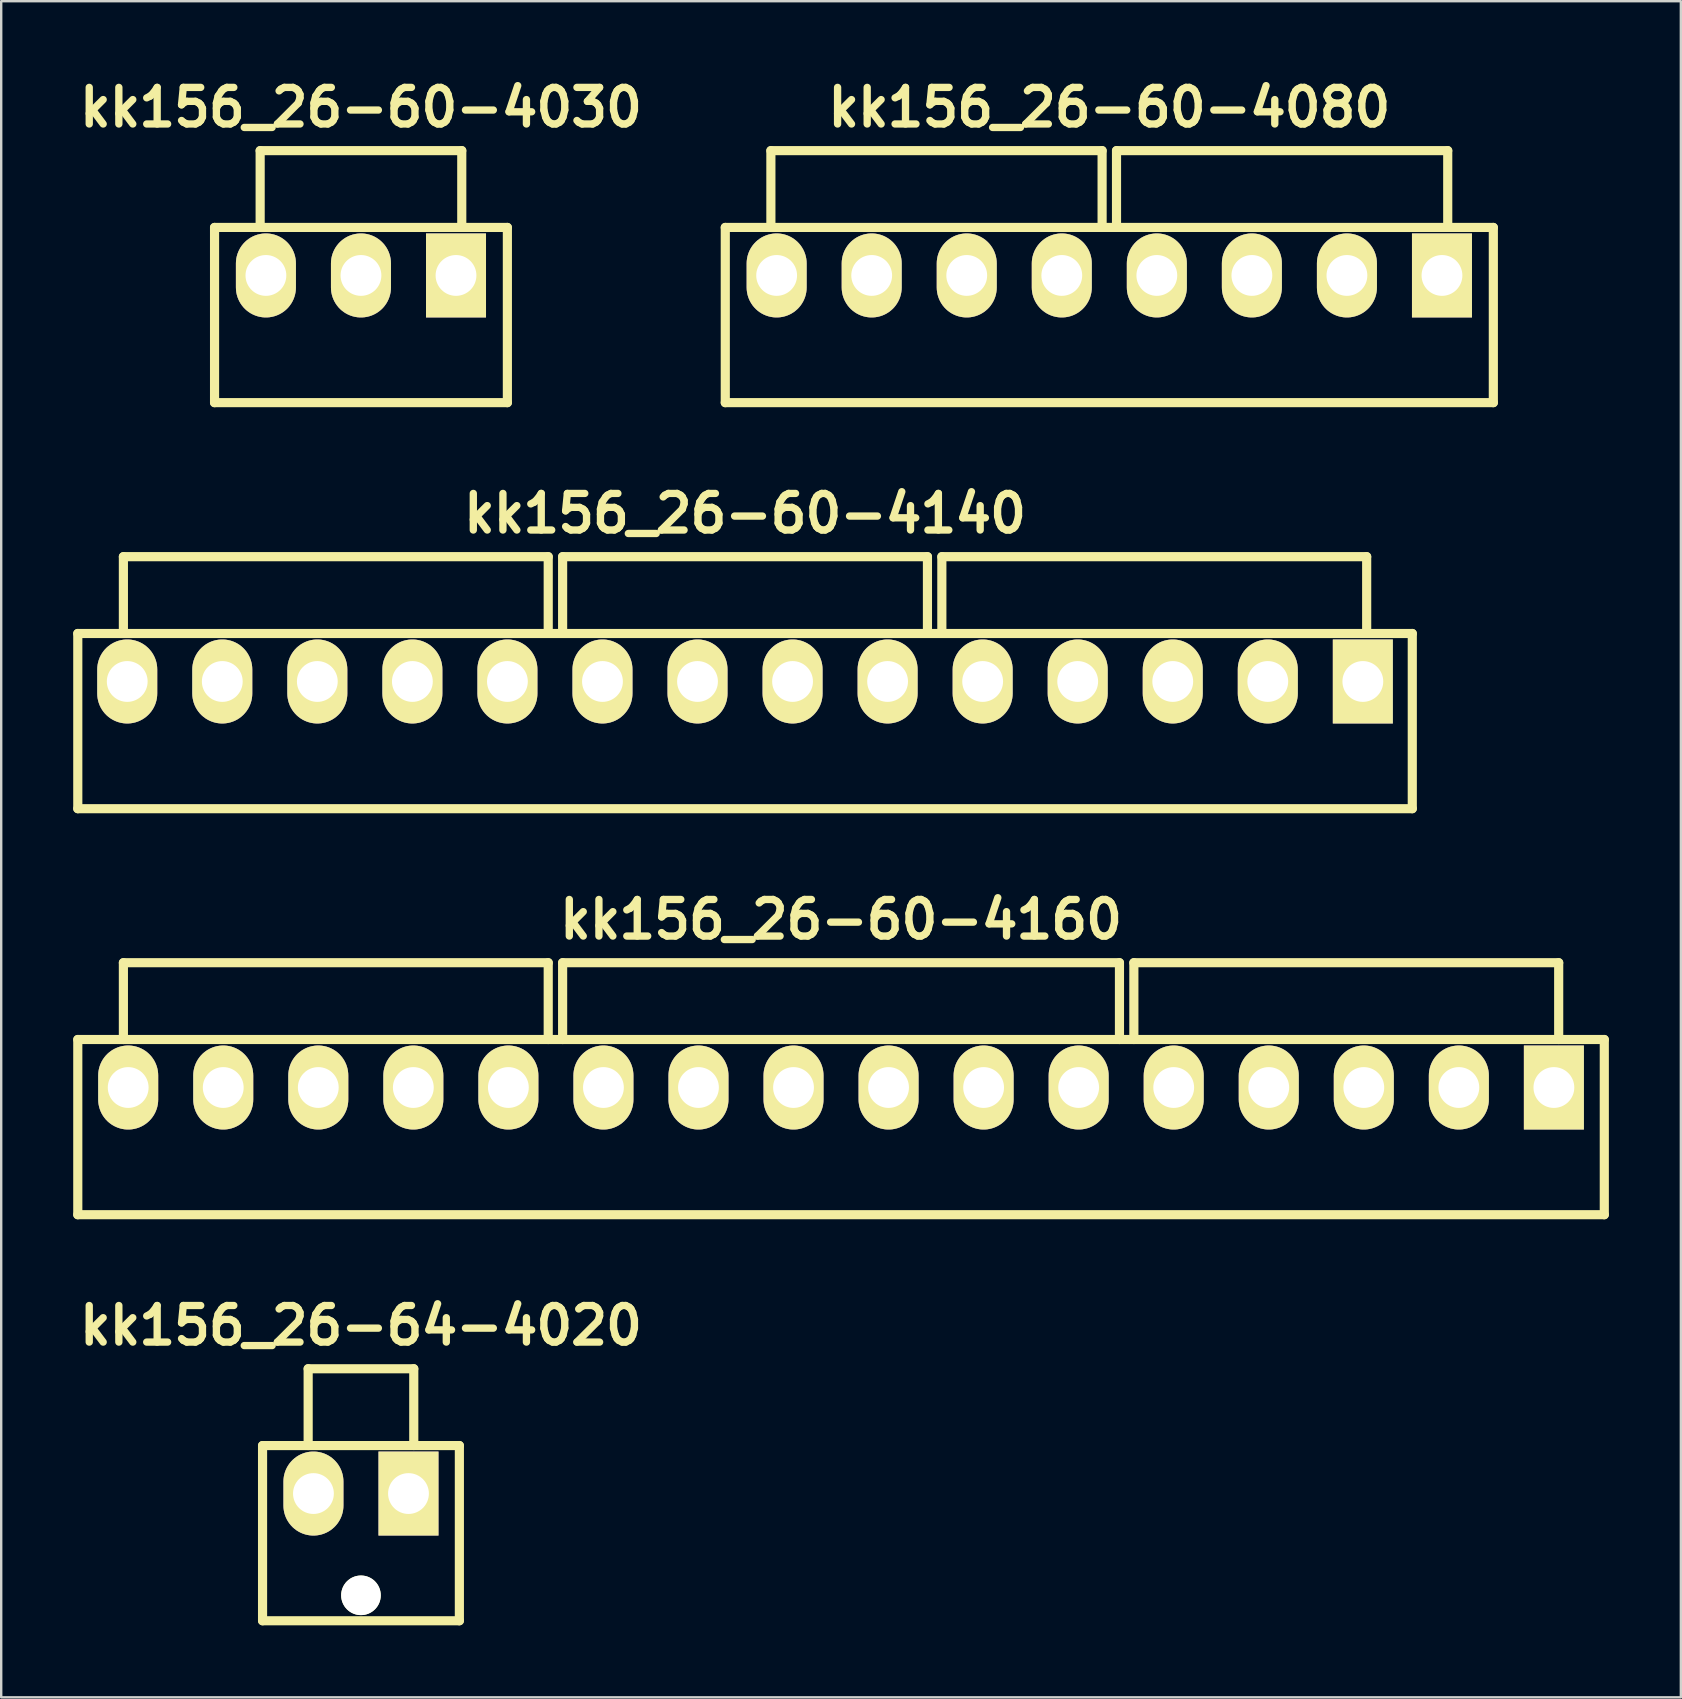
<source format=kicad_pcb>
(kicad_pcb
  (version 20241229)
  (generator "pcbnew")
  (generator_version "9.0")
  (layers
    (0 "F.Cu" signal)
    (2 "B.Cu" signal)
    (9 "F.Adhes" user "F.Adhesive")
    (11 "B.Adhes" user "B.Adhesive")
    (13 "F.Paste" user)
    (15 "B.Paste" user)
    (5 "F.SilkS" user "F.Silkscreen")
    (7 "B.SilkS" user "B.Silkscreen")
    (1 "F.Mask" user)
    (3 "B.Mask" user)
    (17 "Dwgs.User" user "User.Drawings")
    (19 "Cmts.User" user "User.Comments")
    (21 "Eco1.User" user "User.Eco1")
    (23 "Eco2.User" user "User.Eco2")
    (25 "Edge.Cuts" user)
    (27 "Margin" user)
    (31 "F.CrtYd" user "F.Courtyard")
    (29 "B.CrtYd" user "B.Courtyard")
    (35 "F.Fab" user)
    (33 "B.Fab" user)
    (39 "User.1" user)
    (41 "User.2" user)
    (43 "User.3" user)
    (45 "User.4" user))
  (footprint "kk156_26-60-4140"
    (layer "F.Cu")
    (at 27.991 25.343)
    (property "Reference" "kk156_26-60-4140" (at 0 -7 0) (layer "F.SilkS") (effects (font (size 1.524 1.524) (thickness 0.305))))
    (attr through_hole)
    (fp_line (start -27.8 -2) (end 27.8 -2) (stroke (width 0.381) (type solid)) (layer "F.SilkS"))
    (fp_line (start -27.8 5.3) (end -27.8 -2) (stroke (width 0.381) (type solid)) (layer "F.SilkS"))
    (fp_line (start -27.8 5.3) (end 27.8 5.3) (stroke (width 0.381) (type solid)) (layer "F.SilkS"))
    (fp_line (start -25.9 -2) (end -25.9 -5.2) (stroke (width 0.381) (type solid)) (layer "F.SilkS"))
    (fp_line (start -8.2 -5.2) (end -25.9 -5.2) (stroke (width 0.381) (type solid)) (layer "F.SilkS"))
    (fp_line (start -8.2 -2) (end -8.2 -5.2) (stroke (width 0.381) (type solid)) (layer "F.SilkS"))
    (fp_line (start -7.6 -5.2) (end 7.6 -5.2) (stroke (width 0.381) (type solid)) (layer "F.SilkS"))
    (fp_line (start -7.6 -2) (end -7.6 -5.2) (stroke (width 0.381) (type solid)) (layer "F.SilkS"))
    (fp_line (start 7.6 -5.2) (end 7.6 -2) (stroke (width 0.381) (type solid)) (layer "F.SilkS"))
    (fp_line (start 8.2 -5.2) (end 25.9 -5.2) (stroke (width 0.381) (type solid)) (layer "F.SilkS"))
    (fp_line (start 8.2 -2) (end 8.2 -5.2) (stroke (width 0.381) (type solid)) (layer "F.SilkS"))
    (fp_line (start 25.9 -5.2) (end 25.9 -2) (stroke (width 0.381) (type solid)) (layer "F.SilkS"))
    (fp_line (start 27.8 -2) (end 27.8 5.3) (stroke (width 0.381) (type solid)) (layer "F.SilkS"))
    (pad "1" thru_hole rect (at 25.74 0) (size 2.5 3.5) (drill 1.7) (layers "*.Cu" "*.Mask" "F.SilkS"))
    (pad "2" thru_hole oval (at 21.78 0) (size 2.5 3.5) (drill 1.7) (layers "*.Cu" "*.Mask" "F.SilkS"))
    (pad "3" thru_hole oval (at 17.82 0) (size 2.5 3.5) (drill 1.7) (layers "*.Cu" "*.Mask" "F.SilkS"))
    (pad "4" thru_hole oval (at 13.86 0) (size 2.5 3.5) (drill 1.7) (layers "*.Cu" "*.Mask" "F.SilkS"))
    (pad "5" thru_hole oval (at 9.9 0) (size 2.5 3.5) (drill 1.7) (layers "*.Cu" "*.Mask" "F.SilkS"))
    (pad "6" thru_hole oval (at 5.94 0) (size 2.5 3.5) (drill 1.7) (layers "*.Cu" "*.Mask" "F.SilkS"))
    (pad "7" thru_hole oval (at 1.98 0) (size 2.5 3.5) (drill 1.7) (layers "*.Cu" "*.Mask" "F.SilkS"))
    (pad "8" thru_hole oval (at -1.98 0) (size 2.5 3.5) (drill 1.7) (layers "*.Cu" "*.Mask" "F.SilkS"))
    (pad "9" thru_hole oval (at -5.94 0) (size 2.5 3.5) (drill 1.7) (layers "*.Cu" "*.Mask" "F.SilkS"))
    (pad "10" thru_hole oval (at -9.9 0) (size 2.5 3.5) (drill 1.7) (layers "*.Cu" "*.Mask" "F.SilkS"))
    (pad "11" thru_hole oval (at -13.86 0) (size 2.5 3.5) (drill 1.7) (layers "*.Cu" "*.Mask" "F.SilkS"))
    (pad "12" thru_hole oval (at -17.82 0) (size 2.5 3.5) (drill 1.7) (layers "*.Cu" "*.Mask" "F.SilkS"))
    (pad "13" thru_hole oval (at -21.78 0) (size 2.5 3.5) (drill 1.7) (layers "*.Cu" "*.Mask" "F.SilkS"))
    (pad "14" thru_hole oval (at -25.74 0) (size 2.5 3.5) (drill 1.7) (layers "*.Cu" "*.Mask" "F.SilkS")))
  (footprint "kk156_26-60-4160"
    (layer "F.Cu")
    (at 31.991 42.26)
    (property "Reference" "kk156_26-60-4160" (at 0 -7 0) (layer "F.SilkS") (effects (font (size 1.524 1.524) (thickness 0.305))))
    (attr through_hole)
    (fp_line (start -31.8 -2) (end 31.8 -2) (stroke (width 0.381) (type solid)) (layer "F.SilkS"))
    (fp_line (start -31.8 5.3) (end -31.8 -2) (stroke (width 0.381) (type solid)) (layer "F.SilkS"))
    (fp_line (start -31.8 5.3) (end 31.8 5.3) (stroke (width 0.381) (type solid)) (layer "F.SilkS"))
    (fp_line (start -29.9 -2) (end -29.9 -5.2) (stroke (width 0.381) (type solid)) (layer "F.SilkS"))
    (fp_line (start -12.2 -5.2) (end -29.9 -5.2) (stroke (width 0.381) (type solid)) (layer "F.SilkS"))
    (fp_line (start -12.2 -2) (end -12.2 -5.2) (stroke (width 0.381) (type solid)) (layer "F.SilkS"))
    (fp_line (start -11.6 -5.2) (end 11.6 -5.2) (stroke (width 0.381) (type solid)) (layer "F.SilkS"))
    (fp_line (start -11.6 -2) (end -11.6 -5.2) (stroke (width 0.381) (type solid)) (layer "F.SilkS"))
    (fp_line (start 11.6 -5.2) (end 11.6 -2) (stroke (width 0.381) (type solid)) (layer "F.SilkS"))
    (fp_line (start 12.2 -5.2) (end 29.9 -5.2) (stroke (width 0.381) (type solid)) (layer "F.SilkS"))
    (fp_line (start 12.2 -2) (end 12.2 -5.2) (stroke (width 0.381) (type solid)) (layer "F.SilkS"))
    (fp_line (start 29.9 -5.2) (end 29.9 -2) (stroke (width 0.381) (type solid)) (layer "F.SilkS"))
    (fp_line (start 31.8 -2) (end 31.8 5.3) (stroke (width 0.381) (type solid)) (layer "F.SilkS"))
    (pad "1" thru_hole rect (at 29.7 0) (size 2.5 3.5) (drill 1.7) (layers "*.Cu" "*.Mask" "F.SilkS"))
    (pad "2" thru_hole oval (at 25.74 0) (size 2.5 3.5) (drill 1.7) (layers "*.Cu" "*.Mask" "F.SilkS"))
    (pad "3" thru_hole oval (at 21.78 0) (size 2.5 3.5) (drill 1.7) (layers "*.Cu" "*.Mask" "F.SilkS"))
    (pad "4" thru_hole oval (at 17.82 0) (size 2.5 3.5) (drill 1.7) (layers "*.Cu" "*.Mask" "F.SilkS"))
    (pad "5" thru_hole oval (at 13.86 0) (size 2.5 3.5) (drill 1.7) (layers "*.Cu" "*.Mask" "F.SilkS"))
    (pad "6" thru_hole oval (at 9.9 0) (size 2.5 3.5) (drill 1.7) (layers "*.Cu" "*.Mask" "F.SilkS"))
    (pad "7" thru_hole oval (at 5.94 0) (size 2.5 3.5) (drill 1.7) (layers "*.Cu" "*.Mask" "F.SilkS"))
    (pad "8" thru_hole oval (at 1.98 0) (size 2.5 3.5) (drill 1.7) (layers "*.Cu" "*.Mask" "F.SilkS"))
    (pad "9" thru_hole oval (at -1.98 0) (size 2.5 3.5) (drill 1.7) (layers "*.Cu" "*.Mask" "F.SilkS"))
    (pad "10" thru_hole oval (at -5.94 0) (size 2.5 3.5) (drill 1.7) (layers "*.Cu" "*.Mask" "F.SilkS"))
    (pad "11" thru_hole oval (at -9.9 0) (size 2.5 3.5) (drill 1.7) (layers "*.Cu" "*.Mask" "F.SilkS"))
    (pad "12" thru_hole oval (at -13.86 0) (size 2.5 3.5) (drill 1.7) (layers "*.Cu" "*.Mask" "F.SilkS"))
    (pad "13" thru_hole oval (at -17.82 0) (size 2.5 3.5) (drill 1.7) (layers "*.Cu" "*.Mask" "F.SilkS"))
    (pad "14" thru_hole oval (at -21.78 0) (size 2.5 3.5) (drill 1.7) (layers "*.Cu" "*.Mask" "F.SilkS"))
    (pad "15" thru_hole oval (at -25.74 0) (size 2.5 3.5) (drill 1.7) (layers "*.Cu" "*.Mask" "F.SilkS"))
    (pad "16" thru_hole oval (at -29.7 0) (size 2.5 3.5) (drill 1.7) (layers "*.Cu" "*.Mask" "F.SilkS")))
  (footprint "kk156_26-64-4020"
    (layer "F.Cu")
    (at 11.989 59.177)
    (property "Reference" "kk156_26-64-4020" (at 0 -7 0) (layer "F.SilkS") (effects (font (size 1.524 1.524) (thickness 0.305))))
    (attr through_hole)
    (fp_line (start -4.1 -2) (end 4.1 -2) (stroke (width 0.381) (type solid)) (layer "F.SilkS"))
    (fp_line (start -4.1 5.3) (end -4.1 -2) (stroke (width 0.381) (type solid)) (layer "F.SilkS"))
    (fp_line (start -4.1 5.3) (end 4.1 5.3) (stroke (width 0.381) (type solid)) (layer "F.SilkS"))
    (fp_line (start -2.2 -5.2) (end 2.2 -5.2) (stroke (width 0.381) (type solid)) (layer "F.SilkS"))
    (fp_line (start -2.2 -2) (end -2.2 -5.2) (stroke (width 0.381) (type solid)) (layer "F.SilkS"))
    (fp_line (start 2.2 -5.2) (end 2.2 -2) (stroke (width 0.381) (type solid)) (layer "F.SilkS"))
    (fp_line (start 4.1 -2) (end 4.1 5.3) (stroke (width 0.381) (type solid)) (layer "F.SilkS"))
    (pad "" np_thru_hole circle (at 0 4.24) (size 1.65 1.65) (drill 1.65) (layers "*.Cu" "*.Mask" "F.SilkS"))
    (pad "1" thru_hole rect (at 1.98 0) (size 2.5 3.5) (drill 1.7) (layers "*.Cu" "*.Mask" "F.SilkS"))
    (pad "2" thru_hole oval (at -1.98 0) (size 2.5 3.5) (drill 1.7) (layers "*.Cu" "*.Mask" "F.SilkS")))
  (footprint "kk156_26-60-4030"
    (layer "F.Cu")
    (at 11.989 8.426)
    (property "Reference" "kk156_26-60-4030" (at 0 -7 0) (layer "F.SilkS") (effects (font (size 1.524 1.524) (thickness 0.305))))
    (attr through_hole)
    (fp_line (start -6.1 -2) (end 6.1 -2) (stroke (width 0.381) (type solid)) (layer "F.SilkS"))
    (fp_line (start -6.1 5.3) (end -6.1 -2) (stroke (width 0.381) (type solid)) (layer "F.SilkS"))
    (fp_line (start -6.1 5.3) (end 6.1 5.3) (stroke (width 0.381) (type solid)) (layer "F.SilkS"))
    (fp_line (start -4.2 -5.2) (end 4.2 -5.2) (stroke (width 0.381) (type solid)) (layer "F.SilkS"))
    (fp_line (start -4.2 -2) (end -4.2 -5.2) (stroke (width 0.381) (type solid)) (layer "F.SilkS"))
    (fp_line (start 4.2 -5.2) (end 4.2 -2) (stroke (width 0.381) (type solid)) (layer "F.SilkS"))
    (fp_line (start 6.1 -2) (end 6.1 5.3) (stroke (width 0.381) (type solid)) (layer "F.SilkS"))
    (pad "1" thru_hole rect (at 3.96 0) (size 2.5 3.5) (drill 1.7) (layers "*.Cu" "*.Mask" "F.SilkS"))
    (pad "2" thru_hole oval (at 0 0) (size 2.5 3.5) (drill 1.7) (layers "*.Cu" "*.Mask" "F.SilkS"))
    (pad "3" thru_hole oval (at -3.96 0) (size 2.5 3.5) (drill 1.7) (layers "*.Cu" "*.Mask" "F.SilkS")))
  (footprint "kk156_26-60-4080"
    (layer "F.Cu")
    (at 43.168 8.426)
    (property "Reference" "kk156_26-60-4080" (at 0 -7 0) (layer "F.SilkS") (effects (font (size 1.524 1.524) (thickness 0.305))))
    (attr through_hole)
    (fp_line (start -16 -2) (end 16 -2) (stroke (width 0.381) (type solid)) (layer "F.SilkS"))
    (fp_line (start -16 5.3) (end -16 -2) (stroke (width 0.381) (type solid)) (layer "F.SilkS"))
    (fp_line (start -16 5.3) (end 16 5.3) (stroke (width 0.381) (type solid)) (layer "F.SilkS"))
    (fp_line (start -14.1 -2) (end -14.1 -5.2) (stroke (width 0.381) (type solid)) (layer "F.SilkS"))
    (fp_line (start -0.3 -5.2) (end -14.1 -5.2) (stroke (width 0.381) (type solid)) (layer "F.SilkS"))
    (fp_line (start -0.3 -2) (end -0.3 -5.2) (stroke (width 0.381) (type solid)) (layer "F.SilkS"))
    (fp_line (start 0.3 -5.2) (end 14.1 -5.2) (stroke (width 0.381) (type solid)) (layer "F.SilkS"))
    (fp_line (start 0.3 -2) (end 0.3 -5.2) (stroke (width 0.381) (type solid)) (layer "F.SilkS"))
    (fp_line (start 14.1 -5.2) (end 14.1 -2) (stroke (width 0.381) (type solid)) (layer "F.SilkS"))
    (fp_line (start 16 -2) (end 16 5.3) (stroke (width 0.381) (type solid)) (layer "F.SilkS"))
    (pad "1" thru_hole rect (at 13.86 0) (size 2.5 3.5) (drill 1.7) (layers "*.Cu" "*.Mask" "F.SilkS"))
    (pad "2" thru_hole oval (at 9.9 0) (size 2.5 3.5) (drill 1.7) (layers "*.Cu" "*.Mask" "F.SilkS"))
    (pad "3" thru_hole oval (at 5.94 0) (size 2.5 3.5) (drill 1.7) (layers "*.Cu" "*.Mask" "F.SilkS"))
    (pad "4" thru_hole oval (at 1.98 0) (size 2.5 3.5) (drill 1.7) (layers "*.Cu" "*.Mask" "F.SilkS"))
    (pad "5" thru_hole oval (at -1.98 0) (size 2.5 3.5) (drill 1.7) (layers "*.Cu" "*.Mask" "F.SilkS"))
    (pad "6" thru_hole oval (at -5.94 0) (size 2.5 3.5) (drill 1.7) (layers "*.Cu" "*.Mask" "F.SilkS"))
    (pad "7" thru_hole oval (at -9.9 0) (size 2.5 3.5) (drill 1.7) (layers "*.Cu" "*.Mask" "F.SilkS"))
    (pad "8" thru_hole oval (at -13.86 0) (size 2.5 3.5) (drill 1.7) (layers "*.Cu" "*.Mask" "F.SilkS")))
  (gr_rect
    (start -3 -3)
    (end 66.981 67.668)
    (stroke (width 0.1) (type default))
    (fill no)
    (layer "Edge.Cuts")))
</source>
